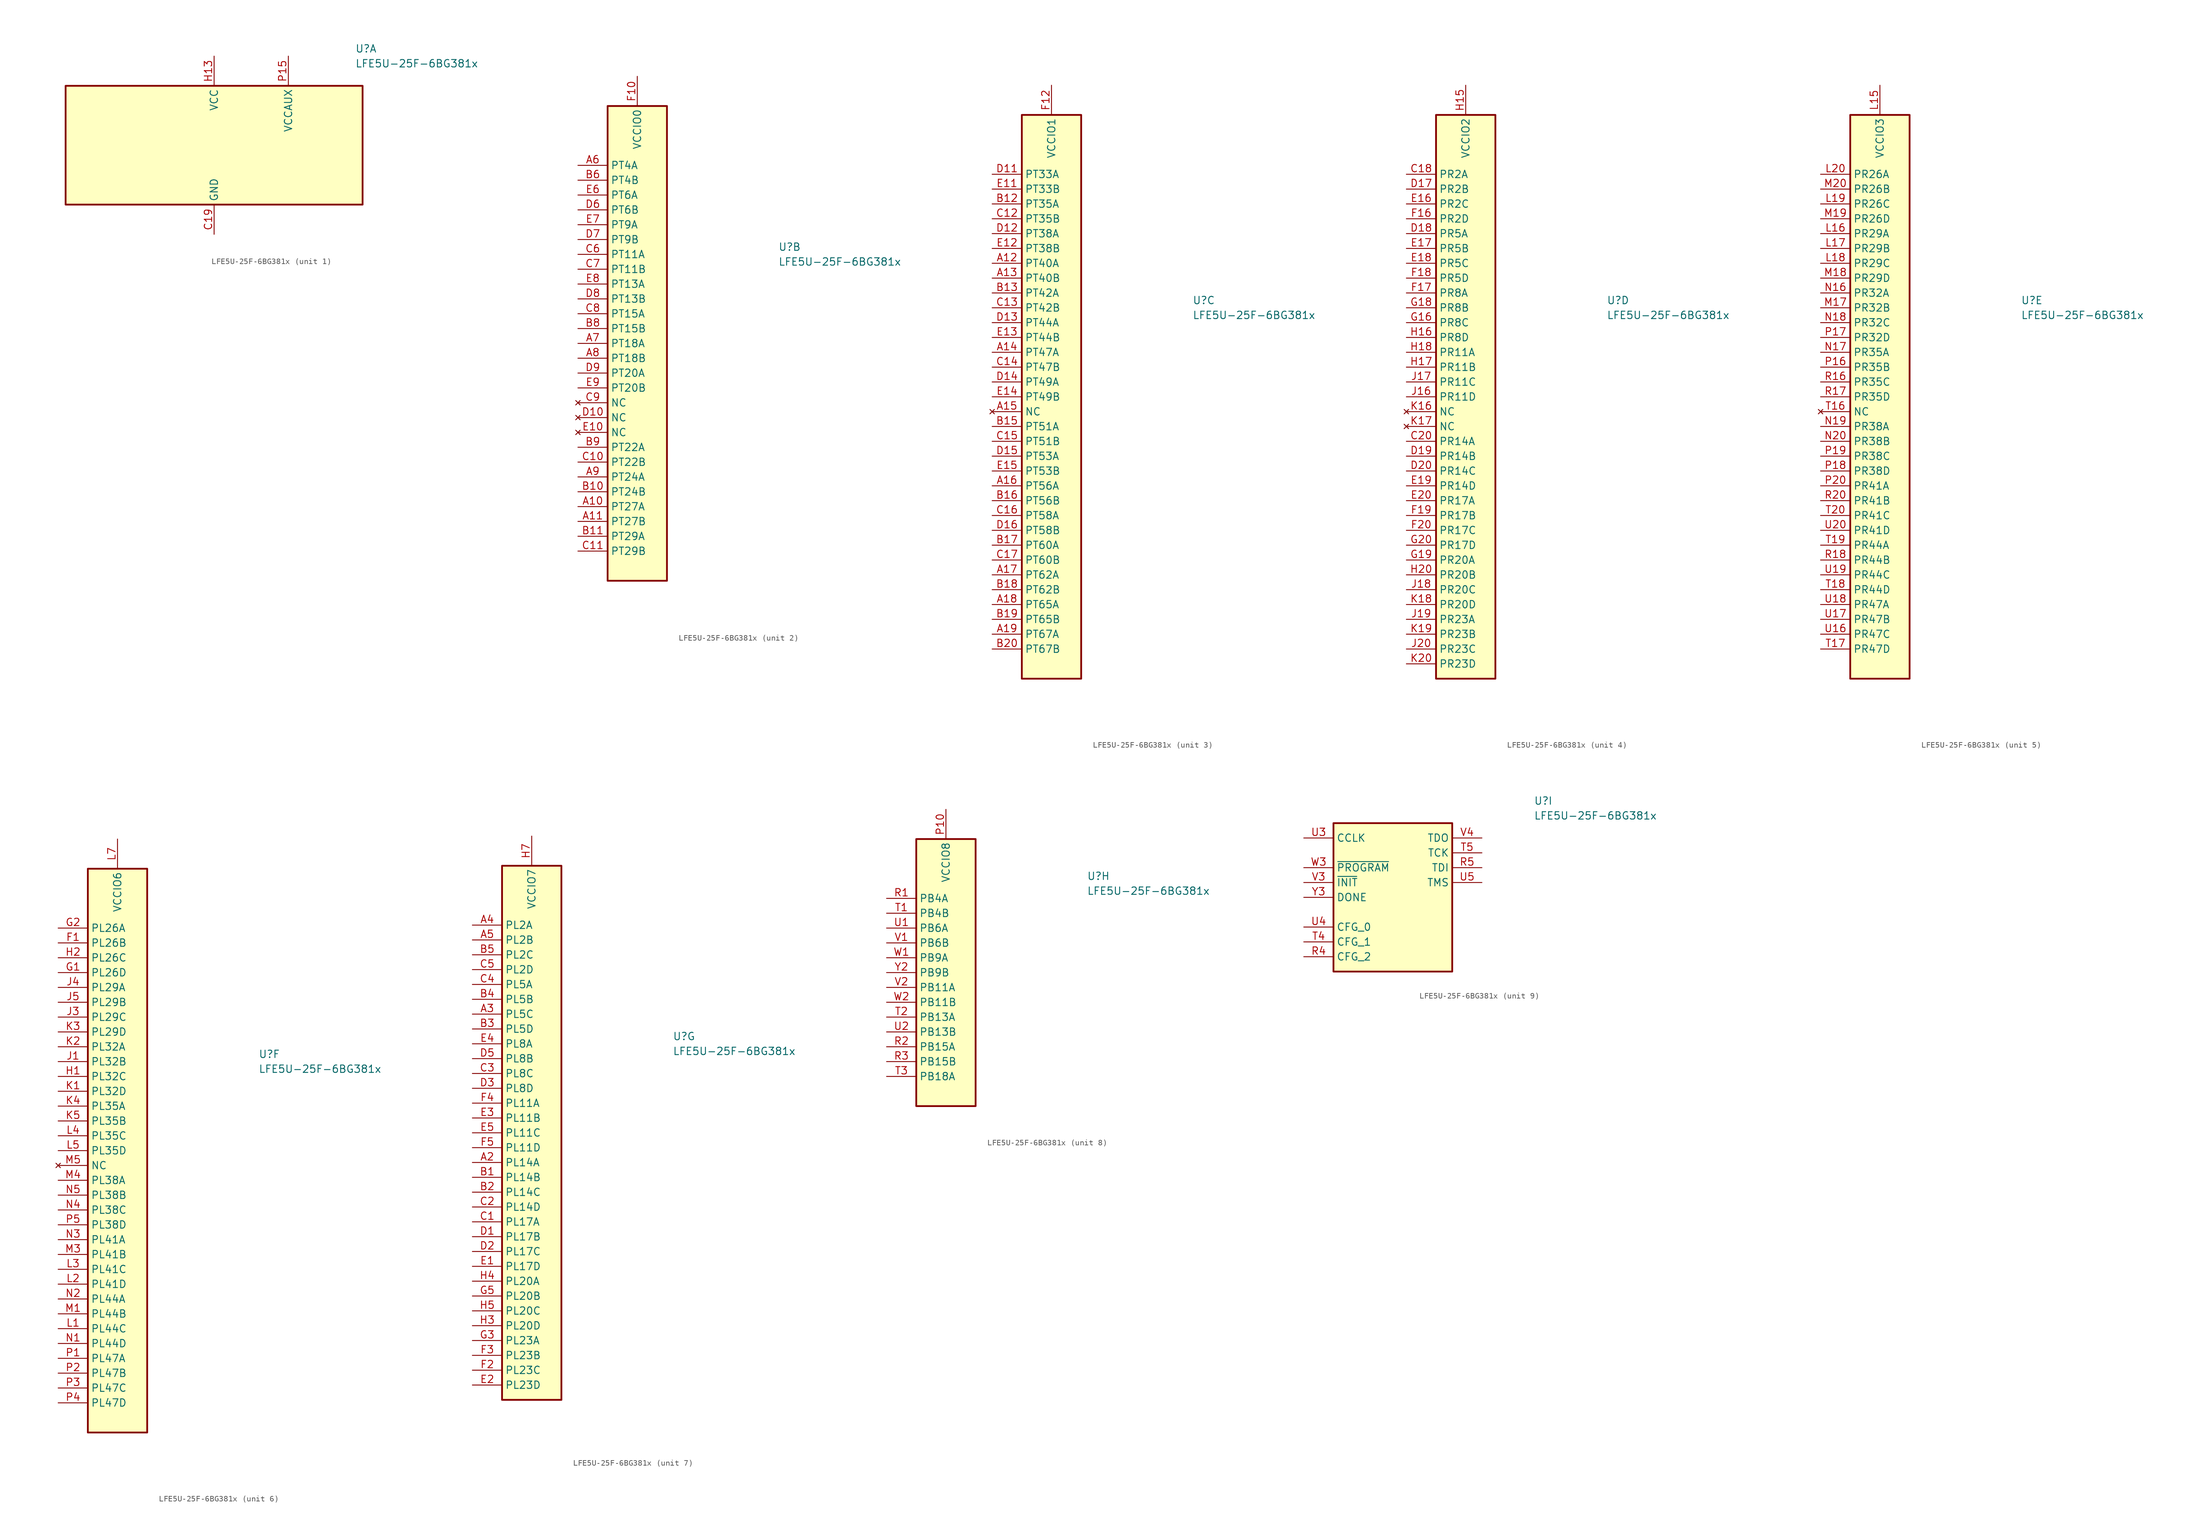
<source format=kicad_sym>
(kicad_symbol_lib
  (version 20220914)
  (generator kicad_symbol_editor)
  (symbol "LFE5U-25F-6BG381x"
    (property "Reference" "U"
      (at 24.13 16.51 0)
      (effects (font (size 1.27 1.27)) (justify left)))
    (property "Value" "LFE5U-25F-6BG381x"
      (at 24.13 13.97 0)
      (effects (font (size 1.27 1.27)) (justify left)))
    (property "ki_locked" ""
      (at 0 0 0)
      (effects (font (size 1.27 1.27))))
    (symbol "LFE5U-25F-6BG381x_1_1"
      (rectangle (start -25.4 10.16) (end 25.4 -10.16) (stroke (width 0.305) (type default)) (fill (type background)))
      (pin passive line (at 0 -15.24 90) (length 5.08) hide (name "GND" (effects (font (size 1.27 1.27)))) (number "B14" (effects (font (size 1.27 1.27)))))
      (pin passive line (at 0 -15.24 90) (length 5.08) hide (name "GND" (effects (font (size 1.27 1.27)))) (number "B7" (effects (font (size 1.27 1.27)))))
      (pin power_in line (at 0 -15.24 90) (length 5.08) (name "GND" (effects (font (size 1.27 1.27)))) (number "C19" (effects (font (size 1.27 1.27)))))
      (pin passive line (at 0 -15.24 90) (length 5.08) hide (name "GND" (effects (font (size 1.27 1.27)))) (number "D4" (effects (font (size 1.27 1.27)))))
      (pin passive line (at 0 -15.24 90) (length 5.08) hide (name "GND" (effects (font (size 1.27 1.27)))) (number "F13" (effects (font (size 1.27 1.27)))))
      (pin passive line (at 0 -15.24 90) (length 5.08) hide (name "GND" (effects (font (size 1.27 1.27)))) (number "F14" (effects (font (size 1.27 1.27)))))
      (pin passive line (at 12.7 15.24 270) (length 5.08) hide (name "VCCAUX" (effects (font (size 1.27 1.27)))) (number "F15" (effects (font (size 1.27 1.27)))))
      (pin passive line (at 12.7 15.24 270) (length 5.08) hide (name "VCCAUX" (effects (font (size 1.27 1.27)))) (number "F6" (effects (font (size 1.27 1.27)))))
      (pin passive line (at 0 -15.24 90) (length 5.08) hide (name "GND" (effects (font (size 1.27 1.27)))) (number "F7" (effects (font (size 1.27 1.27)))))
      (pin passive line (at 0 -15.24 90) (length 5.08) hide (name "GND" (effects (font (size 1.27 1.27)))) (number "F8" (effects (font (size 1.27 1.27)))))
      (pin passive line (at 0 -15.24 90) (length 5.08) hide (name "GND" (effects (font (size 1.27 1.27)))) (number "G10" (effects (font (size 1.27 1.27)))))
      (pin passive line (at 0 -15.24 90) (length 5.08) hide (name "GND" (effects (font (size 1.27 1.27)))) (number "G11" (effects (font (size 1.27 1.27)))))
      (pin passive line (at 0 -15.24 90) (length 5.08) hide (name "GND" (effects (font (size 1.27 1.27)))) (number "G12" (effects (font (size 1.27 1.27)))))
      (pin passive line (at 0 -15.24 90) (length 5.08) hide (name "GND" (effects (font (size 1.27 1.27)))) (number "G13" (effects (font (size 1.27 1.27)))))
      (pin passive line (at 0 -15.24 90) (length 5.08) hide (name "GND" (effects (font (size 1.27 1.27)))) (number "G14" (effects (font (size 1.27 1.27)))))
      (pin passive line (at 0 -15.24 90) (length 5.08) hide (name "GND" (effects (font (size 1.27 1.27)))) (number "G15" (effects (font (size 1.27 1.27)))))
      (pin passive line (at 0 -15.24 90) (length 5.08) hide (name "GND" (effects (font (size 1.27 1.27)))) (number "G17" (effects (font (size 1.27 1.27)))))
      (pin passive line (at 0 -15.24 90) (length 5.08) hide (name "GND" (effects (font (size 1.27 1.27)))) (number "G4" (effects (font (size 1.27 1.27)))))
      (pin passive line (at 0 -15.24 90) (length 5.08) hide (name "GND" (effects (font (size 1.27 1.27)))) (number "G6" (effects (font (size 1.27 1.27)))))
      (pin passive line (at 0 -15.24 90) (length 5.08) hide (name "GND" (effects (font (size 1.27 1.27)))) (number "G7" (effects (font (size 1.27 1.27)))))
      (pin passive line (at 0 -15.24 90) (length 5.08) hide (name "GND" (effects (font (size 1.27 1.27)))) (number "G8" (effects (font (size 1.27 1.27)))))
      (pin passive line (at 0 -15.24 90) (length 5.08) hide (name "GND" (effects (font (size 1.27 1.27)))) (number "G9" (effects (font (size 1.27 1.27)))))
      (pin passive line (at 0 15.24 270) (length 5.08) hide (name "VCC" (effects (font (size 1.27 1.27)))) (number "H10" (effects (font (size 1.27 1.27)))))
      (pin passive line (at 0 15.24 270) (length 5.08) hide (name "VCC" (effects (font (size 1.27 1.27)))) (number "H11" (effects (font (size 1.27 1.27)))))
      (pin passive line (at 0 15.24 270) (length 5.08) hide (name "VCC" (effects (font (size 1.27 1.27)))) (number "H12" (effects (font (size 1.27 1.27)))))
      (pin power_in line (at 0 15.24 270) (length 5.08) (name "VCC" (effects (font (size 1.27 1.27)))) (number "H13" (effects (font (size 1.27 1.27)))))
      (pin passive line (at 0 -15.24 90) (length 5.08) hide (name "GND" (effects (font (size 1.27 1.27)))) (number "H19" (effects (font (size 1.27 1.27)))))
      (pin passive line (at 0 15.24 270) (length 5.08) hide (name "VCC" (effects (font (size 1.27 1.27)))) (number "H8" (effects (font (size 1.27 1.27)))))
      (pin passive line (at 0 15.24 270) (length 5.08) hide (name "VCC" (effects (font (size 1.27 1.27)))) (number "H9" (effects (font (size 1.27 1.27)))))
      (pin passive line (at 0 -15.24 90) (length 5.08) hide (name "GND" (effects (font (size 1.27 1.27)))) (number "J10" (effects (font (size 1.27 1.27)))))
      (pin passive line (at 0 -15.24 90) (length 5.08) hide (name "GND" (effects (font (size 1.27 1.27)))) (number "J11" (effects (font (size 1.27 1.27)))))
      (pin passive line (at 0 -15.24 90) (length 5.08) hide (name "GND" (effects (font (size 1.27 1.27)))) (number "J12" (effects (font (size 1.27 1.27)))))
      (pin passive line (at 0 15.24 270) (length 5.08) hide (name "VCC" (effects (font (size 1.27 1.27)))) (number "J13" (effects (font (size 1.27 1.27)))))
      (pin passive line (at 0 -15.24 90) (length 5.08) hide (name "GND" (effects (font (size 1.27 1.27)))) (number "J14" (effects (font (size 1.27 1.27)))))
      (pin passive line (at 0 -15.24 90) (length 5.08) hide (name "GND" (effects (font (size 1.27 1.27)))) (number "J2" (effects (font (size 1.27 1.27)))))
      (pin passive line (at 0 -15.24 90) (length 5.08) hide (name "GND" (effects (font (size 1.27 1.27)))) (number "J7" (effects (font (size 1.27 1.27)))))
      (pin passive line (at 0 15.24 270) (length 5.08) hide (name "VCC" (effects (font (size 1.27 1.27)))) (number "J8" (effects (font (size 1.27 1.27)))))
      (pin passive line (at 0 -15.24 90) (length 5.08) hide (name "GND" (effects (font (size 1.27 1.27)))) (number "J9" (effects (font (size 1.27 1.27)))))
      (pin passive line (at 0 -15.24 90) (length 5.08) hide (name "GND" (effects (font (size 1.27 1.27)))) (number "K10" (effects (font (size 1.27 1.27)))))
      (pin passive line (at 0 -15.24 90) (length 5.08) hide (name "GND" (effects (font (size 1.27 1.27)))) (number "K11" (effects (font (size 1.27 1.27)))))
      (pin passive line (at 0 -15.24 90) (length 5.08) hide (name "GND" (effects (font (size 1.27 1.27)))) (number "K12" (effects (font (size 1.27 1.27)))))
      (pin passive line (at 0 15.24 270) (length 5.08) hide (name "VCC" (effects (font (size 1.27 1.27)))) (number "K13" (effects (font (size 1.27 1.27)))))
      (pin passive line (at 0 -15.24 90) (length 5.08) hide (name "GND" (effects (font (size 1.27 1.27)))) (number "K14" (effects (font (size 1.27 1.27)))))
      (pin passive line (at 0 -15.24 90) (length 5.08) hide (name "GND" (effects (font (size 1.27 1.27)))) (number "K15" (effects (font (size 1.27 1.27)))))
      (pin passive line (at 0 -15.24 90) (length 5.08) hide (name "GND" (effects (font (size 1.27 1.27)))) (number "K6" (effects (font (size 1.27 1.27)))))
      (pin passive line (at 0 -15.24 90) (length 5.08) hide (name "GND" (effects (font (size 1.27 1.27)))) (number "K7" (effects (font (size 1.27 1.27)))))
      (pin passive line (at 0 15.24 270) (length 5.08) hide (name "VCC" (effects (font (size 1.27 1.27)))) (number "K8" (effects (font (size 1.27 1.27)))))
      (pin passive line (at 0 -15.24 90) (length 5.08) hide (name "GND" (effects (font (size 1.27 1.27)))) (number "K9" (effects (font (size 1.27 1.27)))))
      (pin passive line (at 0 -15.24 90) (length 5.08) hide (name "GND" (effects (font (size 1.27 1.27)))) (number "L10" (effects (font (size 1.27 1.27)))))
      (pin passive line (at 0 -15.24 90) (length 5.08) hide (name "GND" (effects (font (size 1.27 1.27)))) (number "L11" (effects (font (size 1.27 1.27)))))
      (pin passive line (at 0 -15.24 90) (length 5.08) hide (name "GND" (effects (font (size 1.27 1.27)))) (number "L12" (effects (font (size 1.27 1.27)))))
      (pin passive line (at 0 15.24 270) (length 5.08) hide (name "VCC" (effects (font (size 1.27 1.27)))) (number "L13" (effects (font (size 1.27 1.27)))))
      (pin passive line (at 0 15.24 270) (length 5.08) hide (name "VCC" (effects (font (size 1.27 1.27)))) (number "L8" (effects (font (size 1.27 1.27)))))
      (pin passive line (at 0 -15.24 90) (length 5.08) hide (name "GND" (effects (font (size 1.27 1.27)))) (number "L9" (effects (font (size 1.27 1.27)))))
      (pin passive line (at 0 -15.24 90) (length 5.08) hide (name "GND" (effects (font (size 1.27 1.27)))) (number "M10" (effects (font (size 1.27 1.27)))))
      (pin passive line (at 0 -15.24 90) (length 5.08) hide (name "GND" (effects (font (size 1.27 1.27)))) (number "M11" (effects (font (size 1.27 1.27)))))
      (pin passive line (at 0 -15.24 90) (length 5.08) hide (name "GND" (effects (font (size 1.27 1.27)))) (number "M12" (effects (font (size 1.27 1.27)))))
      (pin passive line (at 0 15.24 270) (length 5.08) hide (name "VCC" (effects (font (size 1.27 1.27)))) (number "M13" (effects (font (size 1.27 1.27)))))
      (pin passive line (at 0 -15.24 90) (length 5.08) hide (name "GND" (effects (font (size 1.27 1.27)))) (number "M14" (effects (font (size 1.27 1.27)))))
      (pin passive line (at 0 -15.24 90) (length 5.08) hide (name "GND" (effects (font (size 1.27 1.27)))) (number "M16" (effects (font (size 1.27 1.27)))))
      (pin passive line (at 0 -15.24 90) (length 5.08) hide (name "GND" (effects (font (size 1.27 1.27)))) (number "M2" (effects (font (size 1.27 1.27)))))
      (pin passive line (at 0 -15.24 90) (length 5.08) hide (name "GND" (effects (font (size 1.27 1.27)))) (number "M7" (effects (font (size 1.27 1.27)))))
      (pin passive line (at 0 15.24 270) (length 5.08) hide (name "VCC" (effects (font (size 1.27 1.27)))) (number "M8" (effects (font (size 1.27 1.27)))))
      (pin passive line (at 0 -15.24 90) (length 5.08) hide (name "GND" (effects (font (size 1.27 1.27)))) (number "M9" (effects (font (size 1.27 1.27)))))
      (pin passive line (at 0 15.24 270) (length 5.08) hide (name "VCC" (effects (font (size 1.27 1.27)))) (number "N10" (effects (font (size 1.27 1.27)))))
      (pin passive line (at 0 15.24 270) (length 5.08) hide (name "VCC" (effects (font (size 1.27 1.27)))) (number "N11" (effects (font (size 1.27 1.27)))))
      (pin passive line (at 0 15.24 270) (length 5.08) hide (name "VCC" (effects (font (size 1.27 1.27)))) (number "N12" (effects (font (size 1.27 1.27)))))
      (pin passive line (at 0 15.24 270) (length 5.08) hide (name "VCC" (effects (font (size 1.27 1.27)))) (number "N13" (effects (font (size 1.27 1.27)))))
      (pin passive line (at 0 -15.24 90) (length 5.08) hide (name "GND" (effects (font (size 1.27 1.27)))) (number "N14" (effects (font (size 1.27 1.27)))))
      (pin passive line (at 0 -15.24 90) (length 5.08) hide (name "GND" (effects (font (size 1.27 1.27)))) (number "N15" (effects (font (size 1.27 1.27)))))
      (pin passive line (at 0 -15.24 90) (length 5.08) hide (name "GND" (effects (font (size 1.27 1.27)))) (number "N6" (effects (font (size 1.27 1.27)))))
      (pin passive line (at 0 -15.24 90) (length 5.08) hide (name "GND" (effects (font (size 1.27 1.27)))) (number "N7" (effects (font (size 1.27 1.27)))))
      (pin passive line (at 0 15.24 270) (length 5.08) hide (name "VCC" (effects (font (size 1.27 1.27)))) (number "N8" (effects (font (size 1.27 1.27)))))
      (pin passive line (at 0 15.24 270) (length 5.08) hide (name "VCC" (effects (font (size 1.27 1.27)))) (number "N9" (effects (font (size 1.27 1.27)))))
      (pin passive line (at 0 -15.24 90) (length 5.08) hide (name "GND" (effects (font (size 1.27 1.27)))) (number "P11" (effects (font (size 1.27 1.27)))))
      (pin passive line (at 0 -15.24 90) (length 5.08) hide (name "GND" (effects (font (size 1.27 1.27)))) (number "P12" (effects (font (size 1.27 1.27)))))
      (pin passive line (at 0 -15.24 90) (length 5.08) hide (name "GND" (effects (font (size 1.27 1.27)))) (number "P13" (effects (font (size 1.27 1.27)))))
      (pin passive line (at 0 -15.24 90) (length 5.08) hide (name "GND" (effects (font (size 1.27 1.27)))) (number "P14" (effects (font (size 1.27 1.27)))))
      (pin power_in line (at 12.7 15.24 270) (length 5.08) (name "VCCAUX" (effects (font (size 1.27 1.27)))) (number "P15" (effects (font (size 1.27 1.27)))))
      (pin passive line (at 12.7 15.24 270) (length 5.08) hide (name "VCCAUX" (effects (font (size 1.27 1.27)))) (number "P6" (effects (font (size 1.27 1.27)))))
      (pin passive line (at 0 -15.24 90) (length 5.08) hide (name "GND" (effects (font (size 1.27 1.27)))) (number "P7" (effects (font (size 1.27 1.27)))))
      (pin passive line (at 0 -15.24 90) (length 5.08) hide (name "GND" (effects (font (size 1.27 1.27)))) (number "P8" (effects (font (size 1.27 1.27)))))
      (pin passive line (at 0 -15.24 90) (length 5.08) hide (name "GND" (effects (font (size 1.27 1.27)))) (number "R19" (effects (font (size 1.27 1.27)))))
      (pin passive line (at 0 -15.24 90) (length 5.08) hide (name "GND" (effects (font (size 1.27 1.27)))) (number "T10" (effects (font (size 1.27 1.27)))))
      (pin passive line (at 0 -15.24 90) (length 5.08) hide (name "GND" (effects (font (size 1.27 1.27)))) (number "T11" (effects (font (size 1.27 1.27)))))
      (pin passive line (at 0 -15.24 90) (length 5.08) hide (name "GND" (effects (font (size 1.27 1.27)))) (number "T12" (effects (font (size 1.27 1.27)))))
      (pin passive line (at 0 -15.24 90) (length 5.08) hide (name "GND" (effects (font (size 1.27 1.27)))) (number "T13" (effects (font (size 1.27 1.27)))))
      (pin passive line (at 0 -15.24 90) (length 5.08) hide (name "GND" (effects (font (size 1.27 1.27)))) (number "T14" (effects (font (size 1.27 1.27)))))
      (pin passive line (at 0 -15.24 90) (length 5.08) hide (name "GND" (effects (font (size 1.27 1.27)))) (number "T15" (effects (font (size 1.27 1.27)))))
      (pin passive line (at 0 -15.24 90) (length 5.08) hide (name "GND" (effects (font (size 1.27 1.27)))) (number "T6" (effects (font (size 1.27 1.27)))))
      (pin passive line (at 0 -15.24 90) (length 5.08) hide (name "GND" (effects (font (size 1.27 1.27)))) (number "T7" (effects (font (size 1.27 1.27)))))
      (pin passive line (at 0 -15.24 90) (length 5.08) hide (name "GND" (effects (font (size 1.27 1.27)))) (number "T8" (effects (font (size 1.27 1.27)))))
      (pin passive line (at 0 -15.24 90) (length 5.08) hide (name "GND" (effects (font (size 1.27 1.27)))) (number "T9" (effects (font (size 1.27 1.27)))))
      (pin passive line (at 0 -15.24 90) (length 5.08) hide (name "GND" (effects (font (size 1.27 1.27)))) (number "U10" (effects (font (size 1.27 1.27)))))
      (pin passive line (at 0 -15.24 90) (length 5.08) hide (name "GND" (effects (font (size 1.27 1.27)))) (number "U11" (effects (font (size 1.27 1.27)))))
      (pin passive line (at 0 -15.24 90) (length 5.08) hide (name "GND" (effects (font (size 1.27 1.27)))) (number "U12" (effects (font (size 1.27 1.27)))))
      (pin passive line (at 0 -15.24 90) (length 5.08) hide (name "GND" (effects (font (size 1.27 1.27)))) (number "U13" (effects (font (size 1.27 1.27)))))
      (pin passive line (at 0 -15.24 90) (length 5.08) hide (name "GND" (effects (font (size 1.27 1.27)))) (number "U14" (effects (font (size 1.27 1.27)))))
      (pin passive line (at 0 -15.24 90) (length 5.08) hide (name "GND" (effects (font (size 1.27 1.27)))) (number "U15" (effects (font (size 1.27 1.27)))))
      (pin passive line (at 0 -15.24 90) (length 5.08) hide (name "GND" (effects (font (size 1.27 1.27)))) (number "U6" (effects (font (size 1.27 1.27)))))
      (pin passive line (at 0 -15.24 90) (length 5.08) hide (name "GND" (effects (font (size 1.27 1.27)))) (number "U7" (effects (font (size 1.27 1.27)))))
      (pin passive line (at 0 -15.24 90) (length 5.08) hide (name "GND" (effects (font (size 1.27 1.27)))) (number "U8" (effects (font (size 1.27 1.27)))))
      (pin passive line (at 0 -15.24 90) (length 5.08) hide (name "GND" (effects (font (size 1.27 1.27)))) (number "U9" (effects (font (size 1.27 1.27)))))
      (pin passive line (at 0 -15.24 90) (length 5.08) hide (name "GND" (effects (font (size 1.27 1.27)))) (number "V10" (effects (font (size 1.27 1.27)))))
      (pin passive line (at 0 -15.24 90) (length 5.08) hide (name "GND" (effects (font (size 1.27 1.27)))) (number "V11" (effects (font (size 1.27 1.27)))))
      (pin passive line (at 0 -15.24 90) (length 5.08) hide (name "GND" (effects (font (size 1.27 1.27)))) (number "V12" (effects (font (size 1.27 1.27)))))
      (pin passive line (at 0 -15.24 90) (length 5.08) hide (name "GND" (effects (font (size 1.27 1.27)))) (number "V13" (effects (font (size 1.27 1.27)))))
      (pin passive line (at 0 -15.24 90) (length 5.08) hide (name "GND" (effects (font (size 1.27 1.27)))) (number "V14" (effects (font (size 1.27 1.27)))))
      (pin passive line (at 0 -15.24 90) (length 5.08) hide (name "GND" (effects (font (size 1.27 1.27)))) (number "V15" (effects (font (size 1.27 1.27)))))
      (pin passive line (at 0 -15.24 90) (length 5.08) hide (name "GND" (effects (font (size 1.27 1.27)))) (number "V16" (effects (font (size 1.27 1.27)))))
      (pin passive line (at 0 -15.24 90) (length 5.08) hide (name "GND" (effects (font (size 1.27 1.27)))) (number "V17" (effects (font (size 1.27 1.27)))))
      (pin passive line (at 0 -15.24 90) (length 5.08) hide (name "GND" (effects (font (size 1.27 1.27)))) (number "V18" (effects (font (size 1.27 1.27)))))
      (pin passive line (at 0 -15.24 90) (length 5.08) hide (name "GND" (effects (font (size 1.27 1.27)))) (number "V19" (effects (font (size 1.27 1.27)))))
      (pin passive line (at 0 -15.24 90) (length 5.08) hide (name "GND" (effects (font (size 1.27 1.27)))) (number "V20" (effects (font (size 1.27 1.27)))))
      (pin passive line (at 0 -15.24 90) (length 5.08) hide (name "GND" (effects (font (size 1.27 1.27)))) (number "V5" (effects (font (size 1.27 1.27)))))
      (pin passive line (at 0 -15.24 90) (length 5.08) hide (name "GND" (effects (font (size 1.27 1.27)))) (number "V6" (effects (font (size 1.27 1.27)))))
      (pin passive line (at 0 -15.24 90) (length 5.08) hide (name "GND" (effects (font (size 1.27 1.27)))) (number "V7" (effects (font (size 1.27 1.27)))))
      (pin passive line (at 0 -15.24 90) (length 5.08) hide (name "GND" (effects (font (size 1.27 1.27)))) (number "V8" (effects (font (size 1.27 1.27)))))
      (pin passive line (at 0 -15.24 90) (length 5.08) hide (name "GND" (effects (font (size 1.27 1.27)))) (number "V9" (effects (font (size 1.27 1.27)))))
      (pin passive line (at 0 -15.24 90) (length 5.08) hide (name "GND" (effects (font (size 1.27 1.27)))) (number "W12" (effects (font (size 1.27 1.27)))))
      (pin no_connect line (at 25.4 -5.08 180) (length 5.08) hide (name "RESERVED" (effects (font (size 1.27 1.27)))) (number "W13" (effects (font (size 1.27 1.27)))))
      (pin no_connect line (at 25.4 -2.54 180) (length 5.08) hide (name "RESERVED" (effects (font (size 1.27 1.27)))) (number "W14" (effects (font (size 1.27 1.27)))))
      (pin passive line (at 0 -15.24 90) (length 5.08) hide (name "GND" (effects (font (size 1.27 1.27)))) (number "W15" (effects (font (size 1.27 1.27)))))
      (pin passive line (at 0 -15.24 90) (length 5.08) hide (name "GND" (effects (font (size 1.27 1.27)))) (number "W16" (effects (font (size 1.27 1.27)))))
      (pin no_connect line (at 25.4 0 180) (length 5.08) hide (name "RESERVED" (effects (font (size 1.27 1.27)))) (number "W17" (effects (font (size 1.27 1.27)))))
      (pin no_connect line (at 25.4 2.54 180) (length 5.08) hide (name "RESERVED" (effects (font (size 1.27 1.27)))) (number "W18" (effects (font (size 1.27 1.27)))))
      (pin passive line (at 0 -15.24 90) (length 5.08) hide (name "GND" (effects (font (size 1.27 1.27)))) (number "W19" (effects (font (size 1.27 1.27)))))
      (pin passive line (at 0 -15.24 90) (length 5.08) hide (name "GND" (effects (font (size 1.27 1.27)))) (number "W20" (effects (font (size 1.27 1.27)))))
      (pin no_connect line (at -25.4 2.54 0) (length 5.08) hide (name "RESERVED" (effects (font (size 1.27 1.27)))) (number "W4" (effects (font (size 1.27 1.27)))))
      (pin no_connect line (at -25.4 0 0) (length 5.08) hide (name "RESERVED" (effects (font (size 1.27 1.27)))) (number "W5" (effects (font (size 1.27 1.27)))))
      (pin passive line (at 0 -15.24 90) (length 5.08) hide (name "GND" (effects (font (size 1.27 1.27)))) (number "W6" (effects (font (size 1.27 1.27)))))
      (pin passive line (at 0 -15.24 90) (length 5.08) hide (name "GND" (effects (font (size 1.27 1.27)))) (number "W7" (effects (font (size 1.27 1.27)))))
      (pin no_connect line (at -25.4 -2.54 0) (length 5.08) hide (name "RESERVED" (effects (font (size 1.27 1.27)))) (number "W8" (effects (font (size 1.27 1.27)))))
      (pin no_connect line (at -25.4 -5.08 0) (length 5.08) hide (name "RESERVED" (effects (font (size 1.27 1.27)))) (number "W9" (effects (font (size 1.27 1.27)))))
      (pin passive line (at 0 -15.24 90) (length 5.08) hide (name "GND" (effects (font (size 1.27 1.27)))) (number "Y11" (effects (font (size 1.27 1.27)))))
      (pin passive line (at 0 -15.24 90) (length 5.08) hide (name "GND" (effects (font (size 1.27 1.27)))) (number "Y12" (effects (font (size 1.27 1.27)))))
      (pin passive line (at 0 -15.24 90) (length 5.08) hide (name "GND" (effects (font (size 1.27 1.27)))) (number "Y14" (effects (font (size 1.27 1.27)))))
      (pin passive line (at 0 -15.24 90) (length 5.08) hide (name "GND" (effects (font (size 1.27 1.27)))) (number "Y15" (effects (font (size 1.27 1.27)))))
      (pin passive line (at 0 -15.24 90) (length 5.08) hide (name "GND" (effects (font (size 1.27 1.27)))) (number "Y16" (effects (font (size 1.27 1.27)))))
      (pin passive line (at 0 -15.24 90) (length 5.08) hide (name "GND" (effects (font (size 1.27 1.27)))) (number "Y17" (effects (font (size 1.27 1.27)))))
      (pin passive line (at 0 -15.24 90) (length 5.08) hide (name "GND" (effects (font (size 1.27 1.27)))) (number "Y19" (effects (font (size 1.27 1.27)))))
      (pin passive line (at 0 -15.24 90) (length 5.08) hide (name "GND" (effects (font (size 1.27 1.27)))) (number "Y5" (effects (font (size 1.27 1.27)))))
      (pin passive line (at 0 -15.24 90) (length 5.08) hide (name "GND" (effects (font (size 1.27 1.27)))) (number "Y6" (effects (font (size 1.27 1.27)))))
      (pin passive line (at 0 -15.24 90) (length 5.08) hide (name "GND" (effects (font (size 1.27 1.27)))) (number "Y7" (effects (font (size 1.27 1.27)))))
      (pin passive line (at 0 -15.24 90) (length 5.08) hide (name "GND" (effects (font (size 1.27 1.27)))) (number "Y8" (effects (font (size 1.27 1.27))))))
    (symbol "LFE5U-25F-6BG381x_2_1"
      (rectangle (start -5.08 40.64) (end 5.08 -40.64) (stroke (width 0.305) (type default)) (fill (type background)))
      (pin bidirectional line (at -10.16 -27.94 0) (length 5.08) (name "PT27A" (effects (font (size 1.27 1.27)))) (number "A10" (effects (font (size 1.27 1.27)))))
      (pin bidirectional line (at -10.16 -30.48 0) (length 5.08) (name "PT27B" (effects (font (size 1.27 1.27)))) (number "A11" (effects (font (size 1.27 1.27)))))
      (pin bidirectional line (at -10.16 30.48 0) (length 5.08) (name "PT4A" (effects (font (size 1.27 1.27)))) (number "A6" (effects (font (size 1.27 1.27)))))
      (pin bidirectional line (at -10.16 0 0) (length 5.08) (name "PT18A" (effects (font (size 1.27 1.27)))) (number "A7" (effects (font (size 1.27 1.27)))))
      (pin bidirectional line (at -10.16 -2.54 0) (length 5.08) (name "PT18B" (effects (font (size 1.27 1.27)))) (number "A8" (effects (font (size 1.27 1.27)))))
      (pin bidirectional line (at -10.16 -22.86 0) (length 5.08) (name "PT24A" (effects (font (size 1.27 1.27)))) (number "A9" (effects (font (size 1.27 1.27)))))
      (pin bidirectional line (at -10.16 -25.4 0) (length 5.08) (name "PT24B" (effects (font (size 1.27 1.27)))) (number "B10" (effects (font (size 1.27 1.27)))))
      (pin bidirectional line (at -10.16 -33.02 0) (length 5.08) (name "PT29A" (effects (font (size 1.27 1.27)))) (number "B11" (effects (font (size 1.27 1.27)))))
      (pin bidirectional line (at -10.16 27.94 0) (length 5.08) (name "PT4B" (effects (font (size 1.27 1.27)))) (number "B6" (effects (font (size 1.27 1.27)))))
      (pin bidirectional line (at -10.16 2.54 0) (length 5.08) (name "PT15B" (effects (font (size 1.27 1.27)))) (number "B8" (effects (font (size 1.27 1.27)))))
      (pin bidirectional line (at -10.16 -17.78 0) (length 5.08) (name "PT22A" (effects (font (size 1.27 1.27)))) (number "B9" (effects (font (size 1.27 1.27)))))
      (pin bidirectional line (at -10.16 -20.32 0) (length 5.08) (name "PT22B" (effects (font (size 1.27 1.27)))) (number "C10" (effects (font (size 1.27 1.27)))))
      (pin bidirectional line (at -10.16 -35.56 0) (length 5.08) (name "PT29B" (effects (font (size 1.27 1.27)))) (number "C11" (effects (font (size 1.27 1.27)))))
      (pin bidirectional line (at -10.16 15.24 0) (length 5.08) (name "PT11A" (effects (font (size 1.27 1.27)))) (number "C6" (effects (font (size 1.27 1.27)))))
      (pin bidirectional line (at -10.16 12.7 0) (length 5.08) (name "PT11B" (effects (font (size 1.27 1.27)))) (number "C7" (effects (font (size 1.27 1.27)))))
      (pin bidirectional line (at -10.16 5.08 0) (length 5.08) (name "PT15A" (effects (font (size 1.27 1.27)))) (number "C8" (effects (font (size 1.27 1.27)))))
      (pin no_connect line (at -10.16 -10.16 0) (length 5.08) (name "NC" (effects (font (size 1.27 1.27)))) (number "C9" (effects (font (size 1.27 1.27)))))
      (pin no_connect line (at -10.16 -12.7 0) (length 5.08) (name "NC" (effects (font (size 1.27 1.27)))) (number "D10" (effects (font (size 1.27 1.27)))))
      (pin bidirectional line (at -10.16 22.86 0) (length 5.08) (name "PT6B" (effects (font (size 1.27 1.27)))) (number "D6" (effects (font (size 1.27 1.27)))))
      (pin bidirectional line (at -10.16 17.78 0) (length 5.08) (name "PT9B" (effects (font (size 1.27 1.27)))) (number "D7" (effects (font (size 1.27 1.27)))))
      (pin bidirectional line (at -10.16 7.62 0) (length 5.08) (name "PT13B" (effects (font (size 1.27 1.27)))) (number "D8" (effects (font (size 1.27 1.27)))))
      (pin bidirectional line (at -10.16 -5.08 0) (length 5.08) (name "PT20A" (effects (font (size 1.27 1.27)))) (number "D9" (effects (font (size 1.27 1.27)))))
      (pin no_connect line (at -10.16 -15.24 0) (length 5.08) (name "NC" (effects (font (size 1.27 1.27)))) (number "E10" (effects (font (size 1.27 1.27)))))
      (pin bidirectional line (at -10.16 25.4 0) (length 5.08) (name "PT6A" (effects (font (size 1.27 1.27)))) (number "E6" (effects (font (size 1.27 1.27)))))
      (pin bidirectional line (at -10.16 20.32 0) (length 5.08) (name "PT9A" (effects (font (size 1.27 1.27)))) (number "E7" (effects (font (size 1.27 1.27)))))
      (pin bidirectional line (at -10.16 10.16 0) (length 5.08) (name "PT13A" (effects (font (size 1.27 1.27)))) (number "E8" (effects (font (size 1.27 1.27)))))
      (pin bidirectional line (at -10.16 -7.62 0) (length 5.08) (name "PT20B" (effects (font (size 1.27 1.27)))) (number "E9" (effects (font (size 1.27 1.27)))))
      (pin power_in line (at 0 45.72 270) (length 5.08) (name "VCCIO0" (effects (font (size 1.27 1.27)))) (number "F10" (effects (font (size 1.27 1.27)))))
      (pin passive line (at 0 45.72 270) (length 5.08) hide (name "VCCIO0" (effects (font (size 1.27 1.27)))) (number "F9" (effects (font (size 1.27 1.27))))))
    (symbol "LFE5U-25F-6BG381x_3_1"
      (rectangle (start -5.08 48.26) (end 5.08 -48.26) (stroke (width 0.305) (type default)) (fill (type background)))
      (pin bidirectional line (at -10.16 22.86 0) (length 5.08) (name "PT40A" (effects (font (size 1.27 1.27)))) (number "A12" (effects (font (size 1.27 1.27)))))
      (pin bidirectional line (at -10.16 20.32 0) (length 5.08) (name "PT40B" (effects (font (size 1.27 1.27)))) (number "A13" (effects (font (size 1.27 1.27)))))
      (pin bidirectional line (at -10.16 7.62 0) (length 5.08) (name "PT47A" (effects (font (size 1.27 1.27)))) (number "A14" (effects (font (size 1.27 1.27)))))
      (pin no_connect line (at -10.16 -2.54 0) (length 5.08) (name "NC" (effects (font (size 1.27 1.27)))) (number "A15" (effects (font (size 1.27 1.27)))))
      (pin bidirectional line (at -10.16 -15.24 0) (length 5.08) (name "PT56A" (effects (font (size 1.27 1.27)))) (number "A16" (effects (font (size 1.27 1.27)))))
      (pin bidirectional line (at -10.16 -30.48 0) (length 5.08) (name "PT62A" (effects (font (size 1.27 1.27)))) (number "A17" (effects (font (size 1.27 1.27)))))
      (pin bidirectional line (at -10.16 -35.56 0) (length 5.08) (name "PT65A" (effects (font (size 1.27 1.27)))) (number "A18" (effects (font (size 1.27 1.27)))))
      (pin bidirectional line (at -10.16 -40.64 0) (length 5.08) (name "PT67A" (effects (font (size 1.27 1.27)))) (number "A19" (effects (font (size 1.27 1.27)))))
      (pin bidirectional line (at -10.16 33.02 0) (length 5.08) (name "PT35A" (effects (font (size 1.27 1.27)))) (number "B12" (effects (font (size 1.27 1.27)))))
      (pin bidirectional line (at -10.16 17.78 0) (length 5.08) (name "PT42A" (effects (font (size 1.27 1.27)))) (number "B13" (effects (font (size 1.27 1.27)))))
      (pin bidirectional line (at -10.16 -5.08 0) (length 5.08) (name "PT51A" (effects (font (size 1.27 1.27)))) (number "B15" (effects (font (size 1.27 1.27)))))
      (pin bidirectional line (at -10.16 -17.78 0) (length 5.08) (name "PT56B" (effects (font (size 1.27 1.27)))) (number "B16" (effects (font (size 1.27 1.27)))))
      (pin bidirectional line (at -10.16 -25.4 0) (length 5.08) (name "PT60A" (effects (font (size 1.27 1.27)))) (number "B17" (effects (font (size 1.27 1.27)))))
      (pin bidirectional line (at -10.16 -33.02 0) (length 5.08) (name "PT62B" (effects (font (size 1.27 1.27)))) (number "B18" (effects (font (size 1.27 1.27)))))
      (pin bidirectional line (at -10.16 -38.1 0) (length 5.08) (name "PT65B" (effects (font (size 1.27 1.27)))) (number "B19" (effects (font (size 1.27 1.27)))))
      (pin bidirectional line (at -10.16 -43.18 0) (length 5.08) (name "PT67B" (effects (font (size 1.27 1.27)))) (number "B20" (effects (font (size 1.27 1.27)))))
      (pin bidirectional line (at -10.16 30.48 0) (length 5.08) (name "PT35B" (effects (font (size 1.27 1.27)))) (number "C12" (effects (font (size 1.27 1.27)))))
      (pin bidirectional line (at -10.16 15.24 0) (length 5.08) (name "PT42B" (effects (font (size 1.27 1.27)))) (number "C13" (effects (font (size 1.27 1.27)))))
      (pin bidirectional line (at -10.16 5.08 0) (length 5.08) (name "PT47B" (effects (font (size 1.27 1.27)))) (number "C14" (effects (font (size 1.27 1.27)))))
      (pin bidirectional line (at -10.16 -7.62 0) (length 5.08) (name "PT51B" (effects (font (size 1.27 1.27)))) (number "C15" (effects (font (size 1.27 1.27)))))
      (pin bidirectional line (at -10.16 -20.32 0) (length 5.08) (name "PT58A" (effects (font (size 1.27 1.27)))) (number "C16" (effects (font (size 1.27 1.27)))))
      (pin bidirectional line (at -10.16 -27.94 0) (length 5.08) (name "PT60B" (effects (font (size 1.27 1.27)))) (number "C17" (effects (font (size 1.27 1.27)))))
      (pin bidirectional line (at -10.16 38.1 0) (length 5.08) (name "PT33A" (effects (font (size 1.27 1.27)))) (number "D11" (effects (font (size 1.27 1.27)))))
      (pin bidirectional line (at -10.16 27.94 0) (length 5.08) (name "PT38A" (effects (font (size 1.27 1.27)))) (number "D12" (effects (font (size 1.27 1.27)))))
      (pin bidirectional line (at -10.16 12.7 0) (length 5.08) (name "PT44A" (effects (font (size 1.27 1.27)))) (number "D13" (effects (font (size 1.27 1.27)))))
      (pin bidirectional line (at -10.16 2.54 0) (length 5.08) (name "PT49A" (effects (font (size 1.27 1.27)))) (number "D14" (effects (font (size 1.27 1.27)))))
      (pin bidirectional line (at -10.16 -10.16 0) (length 5.08) (name "PT53A" (effects (font (size 1.27 1.27)))) (number "D15" (effects (font (size 1.27 1.27)))))
      (pin bidirectional line (at -10.16 -22.86 0) (length 5.08) (name "PT58B" (effects (font (size 1.27 1.27)))) (number "D16" (effects (font (size 1.27 1.27)))))
      (pin bidirectional line (at -10.16 35.56 0) (length 5.08) (name "PT33B" (effects (font (size 1.27 1.27)))) (number "E11" (effects (font (size 1.27 1.27)))))
      (pin bidirectional line (at -10.16 25.4 0) (length 5.08) (name "PT38B" (effects (font (size 1.27 1.27)))) (number "E12" (effects (font (size 1.27 1.27)))))
      (pin bidirectional line (at -10.16 10.16 0) (length 5.08) (name "PT44B" (effects (font (size 1.27 1.27)))) (number "E13" (effects (font (size 1.27 1.27)))))
      (pin bidirectional line (at -10.16 0 0) (length 5.08) (name "PT49B" (effects (font (size 1.27 1.27)))) (number "E14" (effects (font (size 1.27 1.27)))))
      (pin bidirectional line (at -10.16 -12.7 0) (length 5.08) (name "PT53B" (effects (font (size 1.27 1.27)))) (number "E15" (effects (font (size 1.27 1.27)))))
      (pin passive line (at 0 53.34 270) (length 5.08) hide (name "VCCIO1" (effects (font (size 1.27 1.27)))) (number "F11" (effects (font (size 1.27 1.27)))))
      (pin power_in line (at 0 53.34 270) (length 5.08) (name "VCCIO1" (effects (font (size 1.27 1.27)))) (number "F12" (effects (font (size 1.27 1.27))))))
    (symbol "LFE5U-25F-6BG381x_4_1"
      (rectangle (start -5.08 48.26) (end 5.08 -48.26) (stroke (width 0.305) (type default)) (fill (type background)))
      (pin bidirectional line (at -10.16 38.1 0) (length 5.08) (name "PR2A" (effects (font (size 1.27 1.27)))) (number "C18" (effects (font (size 1.27 1.27)))))
      (pin bidirectional line (at -10.16 -7.62 0) (length 5.08) (name "PR14A" (effects (font (size 1.27 1.27)))) (number "C20" (effects (font (size 1.27 1.27)))))
      (pin bidirectional line (at -10.16 35.56 0) (length 5.08) (name "PR2B" (effects (font (size 1.27 1.27)))) (number "D17" (effects (font (size 1.27 1.27)))))
      (pin bidirectional line (at -10.16 27.94 0) (length 5.08) (name "PR5A" (effects (font (size 1.27 1.27)))) (number "D18" (effects (font (size 1.27 1.27)))))
      (pin bidirectional line (at -10.16 -10.16 0) (length 5.08) (name "PR14B" (effects (font (size 1.27 1.27)))) (number "D19" (effects (font (size 1.27 1.27)))))
      (pin bidirectional line (at -10.16 -12.7 0) (length 5.08) (name "PR14C" (effects (font (size 1.27 1.27)))) (number "D20" (effects (font (size 1.27 1.27)))))
      (pin bidirectional line (at -10.16 33.02 0) (length 5.08) (name "PR2C" (effects (font (size 1.27 1.27)))) (number "E16" (effects (font (size 1.27 1.27)))))
      (pin bidirectional line (at -10.16 25.4 0) (length 5.08) (name "PR5B" (effects (font (size 1.27 1.27)))) (number "E17" (effects (font (size 1.27 1.27)))))
      (pin bidirectional line (at -10.16 22.86 0) (length 5.08) (name "PR5C" (effects (font (size 1.27 1.27)))) (number "E18" (effects (font (size 1.27 1.27)))))
      (pin bidirectional line (at -10.16 -15.24 0) (length 5.08) (name "PR14D" (effects (font (size 1.27 1.27)))) (number "E19" (effects (font (size 1.27 1.27)))))
      (pin bidirectional line (at -10.16 -17.78 0) (length 5.08) (name "PR17A" (effects (font (size 1.27 1.27)))) (number "E20" (effects (font (size 1.27 1.27)))))
      (pin bidirectional line (at -10.16 30.48 0) (length 5.08) (name "PR2D" (effects (font (size 1.27 1.27)))) (number "F16" (effects (font (size 1.27 1.27)))))
      (pin bidirectional line (at -10.16 17.78 0) (length 5.08) (name "PR8A" (effects (font (size 1.27 1.27)))) (number "F17" (effects (font (size 1.27 1.27)))))
      (pin bidirectional line (at -10.16 20.32 0) (length 5.08) (name "PR5D" (effects (font (size 1.27 1.27)))) (number "F18" (effects (font (size 1.27 1.27)))))
      (pin bidirectional line (at -10.16 -20.32 0) (length 5.08) (name "PR17B" (effects (font (size 1.27 1.27)))) (number "F19" (effects (font (size 1.27 1.27)))))
      (pin bidirectional line (at -10.16 -22.86 0) (length 5.08) (name "PR17C" (effects (font (size 1.27 1.27)))) (number "F20" (effects (font (size 1.27 1.27)))))
      (pin bidirectional line (at -10.16 12.7 0) (length 5.08) (name "PR8C" (effects (font (size 1.27 1.27)))) (number "G16" (effects (font (size 1.27 1.27)))))
      (pin bidirectional line (at -10.16 15.24 0) (length 5.08) (name "PR8B" (effects (font (size 1.27 1.27)))) (number "G18" (effects (font (size 1.27 1.27)))))
      (pin bidirectional line (at -10.16 -27.94 0) (length 5.08) (name "PR20A" (effects (font (size 1.27 1.27)))) (number "G19" (effects (font (size 1.27 1.27)))))
      (pin bidirectional line (at -10.16 -25.4 0) (length 5.08) (name "PR17D" (effects (font (size 1.27 1.27)))) (number "G20" (effects (font (size 1.27 1.27)))))
      (pin passive line (at 0 53.34 270) (length 5.08) hide (name "VCCIO2" (effects (font (size 1.27 1.27)))) (number "H14" (effects (font (size 1.27 1.27)))))
      (pin power_in line (at 0 53.34 270) (length 5.08) (name "VCCIO2" (effects (font (size 1.27 1.27)))) (number "H15" (effects (font (size 1.27 1.27)))))
      (pin bidirectional line (at -10.16 10.16 0) (length 5.08) (name "PR8D" (effects (font (size 1.27 1.27)))) (number "H16" (effects (font (size 1.27 1.27)))))
      (pin bidirectional line (at -10.16 5.08 0) (length 5.08) (name "PR11B" (effects (font (size 1.27 1.27)))) (number "H17" (effects (font (size 1.27 1.27)))))
      (pin bidirectional line (at -10.16 7.62 0) (length 5.08) (name "PR11A" (effects (font (size 1.27 1.27)))) (number "H18" (effects (font (size 1.27 1.27)))))
      (pin bidirectional line (at -10.16 -30.48 0) (length 5.08) (name "PR20B" (effects (font (size 1.27 1.27)))) (number "H20" (effects (font (size 1.27 1.27)))))
      (pin passive line (at 0 53.34 270) (length 5.08) hide (name "VCCIO2" (effects (font (size 1.27 1.27)))) (number "J15" (effects (font (size 1.27 1.27)))))
      (pin bidirectional line (at -10.16 0 0) (length 5.08) (name "PR11D" (effects (font (size 1.27 1.27)))) (number "J16" (effects (font (size 1.27 1.27)))))
      (pin bidirectional line (at -10.16 2.54 0) (length 5.08) (name "PR11C" (effects (font (size 1.27 1.27)))) (number "J17" (effects (font (size 1.27 1.27)))))
      (pin bidirectional line (at -10.16 -33.02 0) (length 5.08) (name "PR20C" (effects (font (size 1.27 1.27)))) (number "J18" (effects (font (size 1.27 1.27)))))
      (pin bidirectional line (at -10.16 -38.1 0) (length 5.08) (name "PR23A" (effects (font (size 1.27 1.27)))) (number "J19" (effects (font (size 1.27 1.27)))))
      (pin bidirectional line (at -10.16 -43.18 0) (length 5.08) (name "PR23C" (effects (font (size 1.27 1.27)))) (number "J20" (effects (font (size 1.27 1.27)))))
      (pin no_connect line (at -10.16 -2.54 0) (length 5.08) (name "NC" (effects (font (size 1.27 1.27)))) (number "K16" (effects (font (size 1.27 1.27)))))
      (pin no_connect line (at -10.16 -5.08 0) (length 5.08) (name "NC" (effects (font (size 1.27 1.27)))) (number "K17" (effects (font (size 1.27 1.27)))))
      (pin bidirectional line (at -10.16 -35.56 0) (length 5.08) (name "PR20D" (effects (font (size 1.27 1.27)))) (number "K18" (effects (font (size 1.27 1.27)))))
      (pin bidirectional line (at -10.16 -40.64 0) (length 5.08) (name "PR23B" (effects (font (size 1.27 1.27)))) (number "K19" (effects (font (size 1.27 1.27)))))
      (pin bidirectional line (at -10.16 -45.72 0) (length 5.08) (name "PR23D" (effects (font (size 1.27 1.27)))) (number "K20" (effects (font (size 1.27 1.27))))))
    (symbol "LFE5U-25F-6BG381x_5_1"
      (rectangle (start -5.08 48.26) (end 5.08 -48.26) (stroke (width 0.305) (type default)) (fill (type background)))
      (pin passive line (at 0 53.34 270) (length 5.08) hide (name "VCCIO3" (effects (font (size 1.27 1.27)))) (number "L14" (effects (font (size 1.27 1.27)))))
      (pin power_in line (at 0 53.34 270) (length 5.08) (name "VCCIO3" (effects (font (size 1.27 1.27)))) (number "L15" (effects (font (size 1.27 1.27)))))
      (pin bidirectional line (at -10.16 27.94 0) (length 5.08) (name "PR29A" (effects (font (size 1.27 1.27)))) (number "L16" (effects (font (size 1.27 1.27)))))
      (pin bidirectional line (at -10.16 25.4 0) (length 5.08) (name "PR29B" (effects (font (size 1.27 1.27)))) (number "L17" (effects (font (size 1.27 1.27)))))
      (pin bidirectional line (at -10.16 22.86 0) (length 5.08) (name "PR29C" (effects (font (size 1.27 1.27)))) (number "L18" (effects (font (size 1.27 1.27)))))
      (pin bidirectional line (at -10.16 33.02 0) (length 5.08) (name "PR26C" (effects (font (size 1.27 1.27)))) (number "L19" (effects (font (size 1.27 1.27)))))
      (pin bidirectional line (at -10.16 38.1 0) (length 5.08) (name "PR26A" (effects (font (size 1.27 1.27)))) (number "L20" (effects (font (size 1.27 1.27)))))
      (pin passive line (at 0 53.34 270) (length 5.08) hide (name "VCCIO3" (effects (font (size 1.27 1.27)))) (number "M15" (effects (font (size 1.27 1.27)))))
      (pin bidirectional line (at -10.16 15.24 0) (length 5.08) (name "PR32B" (effects (font (size 1.27 1.27)))) (number "M17" (effects (font (size 1.27 1.27)))))
      (pin bidirectional line (at -10.16 20.32 0) (length 5.08) (name "PR29D" (effects (font (size 1.27 1.27)))) (number "M18" (effects (font (size 1.27 1.27)))))
      (pin bidirectional line (at -10.16 30.48 0) (length 5.08) (name "PR26D" (effects (font (size 1.27 1.27)))) (number "M19" (effects (font (size 1.27 1.27)))))
      (pin bidirectional line (at -10.16 35.56 0) (length 5.08) (name "PR26B" (effects (font (size 1.27 1.27)))) (number "M20" (effects (font (size 1.27 1.27)))))
      (pin bidirectional line (at -10.16 17.78 0) (length 5.08) (name "PR32A" (effects (font (size 1.27 1.27)))) (number "N16" (effects (font (size 1.27 1.27)))))
      (pin bidirectional line (at -10.16 7.62 0) (length 5.08) (name "PR35A" (effects (font (size 1.27 1.27)))) (number "N17" (effects (font (size 1.27 1.27)))))
      (pin bidirectional line (at -10.16 12.7 0) (length 5.08) (name "PR32C" (effects (font (size 1.27 1.27)))) (number "N18" (effects (font (size 1.27 1.27)))))
      (pin bidirectional line (at -10.16 -5.08 0) (length 5.08) (name "PR38A" (effects (font (size 1.27 1.27)))) (number "N19" (effects (font (size 1.27 1.27)))))
      (pin bidirectional line (at -10.16 -7.62 0) (length 5.08) (name "PR38B" (effects (font (size 1.27 1.27)))) (number "N20" (effects (font (size 1.27 1.27)))))
      (pin bidirectional line (at -10.16 5.08 0) (length 5.08) (name "PR35B" (effects (font (size 1.27 1.27)))) (number "P16" (effects (font (size 1.27 1.27)))))
      (pin bidirectional line (at -10.16 10.16 0) (length 5.08) (name "PR32D" (effects (font (size 1.27 1.27)))) (number "P17" (effects (font (size 1.27 1.27)))))
      (pin bidirectional line (at -10.16 -12.7 0) (length 5.08) (name "PR38D" (effects (font (size 1.27 1.27)))) (number "P18" (effects (font (size 1.27 1.27)))))
      (pin bidirectional line (at -10.16 -10.16 0) (length 5.08) (name "PR38C" (effects (font (size 1.27 1.27)))) (number "P19" (effects (font (size 1.27 1.27)))))
      (pin bidirectional line (at -10.16 -15.24 0) (length 5.08) (name "PR41A" (effects (font (size 1.27 1.27)))) (number "P20" (effects (font (size 1.27 1.27)))))
      (pin bidirectional line (at -10.16 2.54 0) (length 5.08) (name "PR35C" (effects (font (size 1.27 1.27)))) (number "R16" (effects (font (size 1.27 1.27)))))
      (pin bidirectional line (at -10.16 0 0) (length 5.08) (name "PR35D" (effects (font (size 1.27 1.27)))) (number "R17" (effects (font (size 1.27 1.27)))))
      (pin bidirectional line (at -10.16 -27.94 0) (length 5.08) (name "PR44B" (effects (font (size 1.27 1.27)))) (number "R18" (effects (font (size 1.27 1.27)))))
      (pin bidirectional line (at -10.16 -17.78 0) (length 5.08) (name "PR41B" (effects (font (size 1.27 1.27)))) (number "R20" (effects (font (size 1.27 1.27)))))
      (pin no_connect line (at -10.16 -2.54 0) (length 5.08) (name "NC" (effects (font (size 1.27 1.27)))) (number "T16" (effects (font (size 1.27 1.27)))))
      (pin bidirectional line (at -10.16 -43.18 0) (length 5.08) (name "PR47D" (effects (font (size 1.27 1.27)))) (number "T17" (effects (font (size 1.27 1.27)))))
      (pin bidirectional line (at -10.16 -33.02 0) (length 5.08) (name "PR44D" (effects (font (size 1.27 1.27)))) (number "T18" (effects (font (size 1.27 1.27)))))
      (pin bidirectional line (at -10.16 -25.4 0) (length 5.08) (name "PR44A" (effects (font (size 1.27 1.27)))) (number "T19" (effects (font (size 1.27 1.27)))))
      (pin bidirectional line (at -10.16 -20.32 0) (length 5.08) (name "PR41C" (effects (font (size 1.27 1.27)))) (number "T20" (effects (font (size 1.27 1.27)))))
      (pin bidirectional line (at -10.16 -40.64 0) (length 5.08) (name "PR47C" (effects (font (size 1.27 1.27)))) (number "U16" (effects (font (size 1.27 1.27)))))
      (pin bidirectional line (at -10.16 -38.1 0) (length 5.08) (name "PR47B" (effects (font (size 1.27 1.27)))) (number "U17" (effects (font (size 1.27 1.27)))))
      (pin bidirectional line (at -10.16 -35.56 0) (length 5.08) (name "PR47A" (effects (font (size 1.27 1.27)))) (number "U18" (effects (font (size 1.27 1.27)))))
      (pin bidirectional line (at -10.16 -30.48 0) (length 5.08) (name "PR44C" (effects (font (size 1.27 1.27)))) (number "U19" (effects (font (size 1.27 1.27)))))
      (pin bidirectional line (at -10.16 -22.86 0) (length 5.08) (name "PR41D" (effects (font (size 1.27 1.27)))) (number "U20" (effects (font (size 1.27 1.27))))))
    (symbol "LFE5U-25F-6BG381x_6_1"
      (rectangle (start -5.08 48.26) (end 5.08 -48.26) (stroke (width 0.305) (type default)) (fill (type background)))
      (pin bidirectional line (at -10.16 35.56 0) (length 5.08) (name "PL26B" (effects (font (size 1.27 1.27)))) (number "F1" (effects (font (size 1.27 1.27)))))
      (pin bidirectional line (at -10.16 30.48 0) (length 5.08) (name "PL26D" (effects (font (size 1.27 1.27)))) (number "G1" (effects (font (size 1.27 1.27)))))
      (pin bidirectional line (at -10.16 38.1 0) (length 5.08) (name "PL26A" (effects (font (size 1.27 1.27)))) (number "G2" (effects (font (size 1.27 1.27)))))
      (pin bidirectional line (at -10.16 12.7 0) (length 5.08) (name "PL32C" (effects (font (size 1.27 1.27)))) (number "H1" (effects (font (size 1.27 1.27)))))
      (pin bidirectional line (at -10.16 33.02 0) (length 5.08) (name "PL26C" (effects (font (size 1.27 1.27)))) (number "H2" (effects (font (size 1.27 1.27)))))
      (pin bidirectional line (at -10.16 15.24 0) (length 5.08) (name "PL32B" (effects (font (size 1.27 1.27)))) (number "J1" (effects (font (size 1.27 1.27)))))
      (pin bidirectional line (at -10.16 22.86 0) (length 5.08) (name "PL29C" (effects (font (size 1.27 1.27)))) (number "J3" (effects (font (size 1.27 1.27)))))
      (pin bidirectional line (at -10.16 27.94 0) (length 5.08) (name "PL29A" (effects (font (size 1.27 1.27)))) (number "J4" (effects (font (size 1.27 1.27)))))
      (pin bidirectional line (at -10.16 25.4 0) (length 5.08) (name "PL29B" (effects (font (size 1.27 1.27)))) (number "J5" (effects (font (size 1.27 1.27)))))
      (pin bidirectional line (at -10.16 10.16 0) (length 5.08) (name "PL32D" (effects (font (size 1.27 1.27)))) (number "K1" (effects (font (size 1.27 1.27)))))
      (pin bidirectional line (at -10.16 17.78 0) (length 5.08) (name "PL32A" (effects (font (size 1.27 1.27)))) (number "K2" (effects (font (size 1.27 1.27)))))
      (pin bidirectional line (at -10.16 20.32 0) (length 5.08) (name "PL29D" (effects (font (size 1.27 1.27)))) (number "K3" (effects (font (size 1.27 1.27)))))
      (pin bidirectional line (at -10.16 7.62 0) (length 5.08) (name "PL35A" (effects (font (size 1.27 1.27)))) (number "K4" (effects (font (size 1.27 1.27)))))
      (pin bidirectional line (at -10.16 5.08 0) (length 5.08) (name "PL35B" (effects (font (size 1.27 1.27)))) (number "K5" (effects (font (size 1.27 1.27)))))
      (pin bidirectional line (at -10.16 -30.48 0) (length 5.08) (name "PL44C" (effects (font (size 1.27 1.27)))) (number "L1" (effects (font (size 1.27 1.27)))))
      (pin bidirectional line (at -10.16 -22.86 0) (length 5.08) (name "PL41D" (effects (font (size 1.27 1.27)))) (number "L2" (effects (font (size 1.27 1.27)))))
      (pin bidirectional line (at -10.16 -20.32 0) (length 5.08) (name "PL41C" (effects (font (size 1.27 1.27)))) (number "L3" (effects (font (size 1.27 1.27)))))
      (pin bidirectional line (at -10.16 2.54 0) (length 5.08) (name "PL35C" (effects (font (size 1.27 1.27)))) (number "L4" (effects (font (size 1.27 1.27)))))
      (pin bidirectional line (at -10.16 0 0) (length 5.08) (name "PL35D" (effects (font (size 1.27 1.27)))) (number "L5" (effects (font (size 1.27 1.27)))))
      (pin passive line (at 0 53.34 270) (length 5.08) hide (name "VCCIO6" (effects (font (size 1.27 1.27)))) (number "L6" (effects (font (size 1.27 1.27)))))
      (pin power_in line (at 0 53.34 270) (length 5.08) (name "VCCIO6" (effects (font (size 1.27 1.27)))) (number "L7" (effects (font (size 1.27 1.27)))))
      (pin bidirectional line (at -10.16 -27.94 0) (length 5.08) (name "PL44B" (effects (font (size 1.27 1.27)))) (number "M1" (effects (font (size 1.27 1.27)))))
      (pin bidirectional line (at -10.16 -17.78 0) (length 5.08) (name "PL41B" (effects (font (size 1.27 1.27)))) (number "M3" (effects (font (size 1.27 1.27)))))
      (pin bidirectional line (at -10.16 -5.08 0) (length 5.08) (name "PL38A" (effects (font (size 1.27 1.27)))) (number "M4" (effects (font (size 1.27 1.27)))))
      (pin no_connect line (at -10.16 -2.54 0) (length 5.08) (name "NC" (effects (font (size 1.27 1.27)))) (number "M5" (effects (font (size 1.27 1.27)))))
      (pin passive line (at 0 53.34 270) (length 5.08) hide (name "VCCIO6" (effects (font (size 1.27 1.27)))) (number "M6" (effects (font (size 1.27 1.27)))))
      (pin bidirectional line (at -10.16 -33.02 0) (length 5.08) (name "PL44D" (effects (font (size 1.27 1.27)))) (number "N1" (effects (font (size 1.27 1.27)))))
      (pin bidirectional line (at -10.16 -25.4 0) (length 5.08) (name "PL44A" (effects (font (size 1.27 1.27)))) (number "N2" (effects (font (size 1.27 1.27)))))
      (pin bidirectional line (at -10.16 -15.24 0) (length 5.08) (name "PL41A" (effects (font (size 1.27 1.27)))) (number "N3" (effects (font (size 1.27 1.27)))))
      (pin bidirectional line (at -10.16 -10.16 0) (length 5.08) (name "PL38C" (effects (font (size 1.27 1.27)))) (number "N4" (effects (font (size 1.27 1.27)))))
      (pin bidirectional line (at -10.16 -7.62 0) (length 5.08) (name "PL38B" (effects (font (size 1.27 1.27)))) (number "N5" (effects (font (size 1.27 1.27)))))
      (pin bidirectional line (at -10.16 -35.56 0) (length 5.08) (name "PL47A" (effects (font (size 1.27 1.27)))) (number "P1" (effects (font (size 1.27 1.27)))))
      (pin bidirectional line (at -10.16 -38.1 0) (length 5.08) (name "PL47B" (effects (font (size 1.27 1.27)))) (number "P2" (effects (font (size 1.27 1.27)))))
      (pin bidirectional line (at -10.16 -40.64 0) (length 5.08) (name "PL47C" (effects (font (size 1.27 1.27)))) (number "P3" (effects (font (size 1.27 1.27)))))
      (pin bidirectional line (at -10.16 -43.18 0) (length 5.08) (name "PL47D" (effects (font (size 1.27 1.27)))) (number "P4" (effects (font (size 1.27 1.27)))))
      (pin bidirectional line (at -10.16 -12.7 0) (length 5.08) (name "PL38D" (effects (font (size 1.27 1.27)))) (number "P5" (effects (font (size 1.27 1.27))))))
    (symbol "LFE5U-25F-6BG381x_7_1"
      (rectangle (start -5.08 45.72) (end 5.08 -45.72) (stroke (width 0.305) (type default)) (fill (type background)))
      (pin bidirectional line (at -10.16 -5.08 0) (length 5.08) (name "PL14A" (effects (font (size 1.27 1.27)))) (number "A2" (effects (font (size 1.27 1.27)))))
      (pin bidirectional line (at -10.16 20.32 0) (length 5.08) (name "PL5C" (effects (font (size 1.27 1.27)))) (number "A3" (effects (font (size 1.27 1.27)))))
      (pin bidirectional line (at -10.16 35.56 0) (length 5.08) (name "PL2A" (effects (font (size 1.27 1.27)))) (number "A4" (effects (font (size 1.27 1.27)))))
      (pin bidirectional line (at -10.16 33.02 0) (length 5.08) (name "PL2B" (effects (font (size 1.27 1.27)))) (number "A5" (effects (font (size 1.27 1.27)))))
      (pin bidirectional line (at -10.16 -7.62 0) (length 5.08) (name "PL14B" (effects (font (size 1.27 1.27)))) (number "B1" (effects (font (size 1.27 1.27)))))
      (pin bidirectional line (at -10.16 -10.16 0) (length 5.08) (name "PL14C" (effects (font (size 1.27 1.27)))) (number "B2" (effects (font (size 1.27 1.27)))))
      (pin bidirectional line (at -10.16 17.78 0) (length 5.08) (name "PL5D" (effects (font (size 1.27 1.27)))) (number "B3" (effects (font (size 1.27 1.27)))))
      (pin bidirectional line (at -10.16 22.86 0) (length 5.08) (name "PL5B" (effects (font (size 1.27 1.27)))) (number "B4" (effects (font (size 1.27 1.27)))))
      (pin bidirectional line (at -10.16 30.48 0) (length 5.08) (name "PL2C" (effects (font (size 1.27 1.27)))) (number "B5" (effects (font (size 1.27 1.27)))))
      (pin bidirectional line (at -10.16 -15.24 0) (length 5.08) (name "PL17A" (effects (font (size 1.27 1.27)))) (number "C1" (effects (font (size 1.27 1.27)))))
      (pin bidirectional line (at -10.16 -12.7 0) (length 5.08) (name "PL14D" (effects (font (size 1.27 1.27)))) (number "C2" (effects (font (size 1.27 1.27)))))
      (pin bidirectional line (at -10.16 10.16 0) (length 5.08) (name "PL8C" (effects (font (size 1.27 1.27)))) (number "C3" (effects (font (size 1.27 1.27)))))
      (pin bidirectional line (at -10.16 25.4 0) (length 5.08) (name "PL5A" (effects (font (size 1.27 1.27)))) (number "C4" (effects (font (size 1.27 1.27)))))
      (pin bidirectional line (at -10.16 27.94 0) (length 5.08) (name "PL2D" (effects (font (size 1.27 1.27)))) (number "C5" (effects (font (size 1.27 1.27)))))
      (pin bidirectional line (at -10.16 -17.78 0) (length 5.08) (name "PL17B" (effects (font (size 1.27 1.27)))) (number "D1" (effects (font (size 1.27 1.27)))))
      (pin bidirectional line (at -10.16 -20.32 0) (length 5.08) (name "PL17C" (effects (font (size 1.27 1.27)))) (number "D2" (effects (font (size 1.27 1.27)))))
      (pin bidirectional line (at -10.16 7.62 0) (length 5.08) (name "PL8D" (effects (font (size 1.27 1.27)))) (number "D3" (effects (font (size 1.27 1.27)))))
      (pin bidirectional line (at -10.16 12.7 0) (length 5.08) (name "PL8B" (effects (font (size 1.27 1.27)))) (number "D5" (effects (font (size 1.27 1.27)))))
      (pin bidirectional line (at -10.16 -22.86 0) (length 5.08) (name "PL17D" (effects (font (size 1.27 1.27)))) (number "E1" (effects (font (size 1.27 1.27)))))
      (pin bidirectional line (at -10.16 -43.18 0) (length 5.08) (name "PL23D" (effects (font (size 1.27 1.27)))) (number "E2" (effects (font (size 1.27 1.27)))))
      (pin bidirectional line (at -10.16 2.54 0) (length 5.08) (name "PL11B" (effects (font (size 1.27 1.27)))) (number "E3" (effects (font (size 1.27 1.27)))))
      (pin bidirectional line (at -10.16 15.24 0) (length 5.08) (name "PL8A" (effects (font (size 1.27 1.27)))) (number "E4" (effects (font (size 1.27 1.27)))))
      (pin bidirectional line (at -10.16 0 0) (length 5.08) (name "PL11C" (effects (font (size 1.27 1.27)))) (number "E5" (effects (font (size 1.27 1.27)))))
      (pin bidirectional line (at -10.16 -40.64 0) (length 5.08) (name "PL23C" (effects (font (size 1.27 1.27)))) (number "F2" (effects (font (size 1.27 1.27)))))
      (pin bidirectional line (at -10.16 -38.1 0) (length 5.08) (name "PL23B" (effects (font (size 1.27 1.27)))) (number "F3" (effects (font (size 1.27 1.27)))))
      (pin bidirectional line (at -10.16 5.08 0) (length 5.08) (name "PL11A" (effects (font (size 1.27 1.27)))) (number "F4" (effects (font (size 1.27 1.27)))))
      (pin bidirectional line (at -10.16 -2.54 0) (length 5.08) (name "PL11D" (effects (font (size 1.27 1.27)))) (number "F5" (effects (font (size 1.27 1.27)))))
      (pin bidirectional line (at -10.16 -35.56 0) (length 5.08) (name "PL23A" (effects (font (size 1.27 1.27)))) (number "G3" (effects (font (size 1.27 1.27)))))
      (pin bidirectional line (at -10.16 -27.94 0) (length 5.08) (name "PL20B" (effects (font (size 1.27 1.27)))) (number "G5" (effects (font (size 1.27 1.27)))))
      (pin bidirectional line (at -10.16 -33.02 0) (length 5.08) (name "PL20D" (effects (font (size 1.27 1.27)))) (number "H3" (effects (font (size 1.27 1.27)))))
      (pin bidirectional line (at -10.16 -25.4 0) (length 5.08) (name "PL20A" (effects (font (size 1.27 1.27)))) (number "H4" (effects (font (size 1.27 1.27)))))
      (pin bidirectional line (at -10.16 -30.48 0) (length 5.08) (name "PL20C" (effects (font (size 1.27 1.27)))) (number "H5" (effects (font (size 1.27 1.27)))))
      (pin passive line (at 0 50.8 270) (length 5.08) hide (name "VCCIO7" (effects (font (size 1.27 1.27)))) (number "H6" (effects (font (size 1.27 1.27)))))
      (pin power_in line (at 0 50.8 270) (length 5.08) (name "VCCIO7" (effects (font (size 1.27 1.27)))) (number "H7" (effects (font (size 1.27 1.27)))))
      (pin passive line (at 0 50.8 270) (length 5.08) hide (name "VCCIO7" (effects (font (size 1.27 1.27)))) (number "J6" (effects (font (size 1.27 1.27))))))
    (symbol "LFE5U-25F-6BG381x_8_1"
      (rectangle (start -5.08 22.86) (end 5.08 -22.86) (stroke (width 0.305) (type default)) (fill (type background)))
      (pin power_in line (at 0 27.94 270) (length 5.08) (name "VCCIO8" (effects (font (size 1.27 1.27)))) (number "P10" (effects (font (size 1.27 1.27)))))
      (pin passive line (at 0 27.94 270) (length 5.08) hide (name "VCCIO8" (effects (font (size 1.27 1.27)))) (number "P9" (effects (font (size 1.27 1.27)))))
      (pin bidirectional line (at -10.16 12.7 0) (length 5.08) (name "PB4A" (effects (font (size 1.27 1.27)))) (number "R1" (effects (font (size 1.27 1.27)))))
      (pin bidirectional line (at -10.16 -12.7 0) (length 5.08) (name "PB15A" (effects (font (size 1.27 1.27)))) (number "R2" (effects (font (size 1.27 1.27)))))
      (pin bidirectional line (at -10.16 -15.24 0) (length 5.08) (name "PB15B" (effects (font (size 1.27 1.27)))) (number "R3" (effects (font (size 1.27 1.27)))))
      (pin bidirectional line (at -10.16 10.16 0) (length 5.08) (name "PB4B" (effects (font (size 1.27 1.27)))) (number "T1" (effects (font (size 1.27 1.27)))))
      (pin bidirectional line (at -10.16 -7.62 0) (length 5.08) (name "PB13A" (effects (font (size 1.27 1.27)))) (number "T2" (effects (font (size 1.27 1.27)))))
      (pin bidirectional line (at -10.16 -17.78 0) (length 5.08) (name "PB18A" (effects (font (size 1.27 1.27)))) (number "T3" (effects (font (size 1.27 1.27)))))
      (pin bidirectional line (at -10.16 7.62 0) (length 5.08) (name "PB6A" (effects (font (size 1.27 1.27)))) (number "U1" (effects (font (size 1.27 1.27)))))
      (pin bidirectional line (at -10.16 -10.16 0) (length 5.08) (name "PB13B" (effects (font (size 1.27 1.27)))) (number "U2" (effects (font (size 1.27 1.27)))))
      (pin bidirectional line (at -10.16 5.08 0) (length 5.08) (name "PB6B" (effects (font (size 1.27 1.27)))) (number "V1" (effects (font (size 1.27 1.27)))))
      (pin bidirectional line (at -10.16 -2.54 0) (length 5.08) (name "PB11A" (effects (font (size 1.27 1.27)))) (number "V2" (effects (font (size 1.27 1.27)))))
      (pin bidirectional line (at -10.16 2.54 0) (length 5.08) (name "PB9A" (effects (font (size 1.27 1.27)))) (number "W1" (effects (font (size 1.27 1.27)))))
      (pin bidirectional line (at -10.16 -5.08 0) (length 5.08) (name "PB11B" (effects (font (size 1.27 1.27)))) (number "W2" (effects (font (size 1.27 1.27)))))
      (pin bidirectional line (at -10.16 0 0) (length 5.08) (name "PB9B" (effects (font (size 1.27 1.27)))) (number "Y2" (effects (font (size 1.27 1.27))))))
    (symbol "LFE5U-25F-6BG381x_9_1"
      (rectangle (start -10.16 12.7) (end 10.16 -12.7) (stroke (width 0.305) (type default)) (fill (type background)))
      (pin input line (at -15.24 -10.16 0) (length 5.08) (name "CFG_2" (effects (font (size 1.27 1.27)))) (number "R4" (effects (font (size 1.27 1.27)))))
      (pin input line (at 15.24 5.08 180) (length 5.08) (name "TDI" (effects (font (size 1.27 1.27)))) (number "R5" (effects (font (size 1.27 1.27)))))
      (pin input line (at -15.24 -7.62 0) (length 5.08) (name "CFG_1" (effects (font (size 1.27 1.27)))) (number "T4" (effects (font (size 1.27 1.27)))))
      (pin input line (at 15.24 7.62 180) (length 5.08) (name "TCK" (effects (font (size 1.27 1.27)))) (number "T5" (effects (font (size 1.27 1.27)))))
      (pin bidirectional line (at -15.24 10.16 0) (length 5.08) (name "CCLK" (effects (font (size 1.27 1.27)))) (number "U3" (effects (font (size 1.27 1.27)))))
      (pin input line (at -15.24 -5.08 0) (length 5.08) (name "CFG_0" (effects (font (size 1.27 1.27)))) (number "U4" (effects (font (size 1.27 1.27)))))
      (pin input line (at 15.24 2.54 180) (length 5.08) (name "TMS" (effects (font (size 1.27 1.27)))) (number "U5" (effects (font (size 1.27 1.27)))))
      (pin open_collector line (at -15.24 2.54 0) (length 5.08) (name "~{INIT}" (effects (font (size 1.27 1.27)))) (number "V3" (effects (font (size 1.27 1.27)))))
      (pin output line (at 15.24 10.16 180) (length 5.08) (name "TDO" (effects (font (size 1.27 1.27)))) (number "V4" (effects (font (size 1.27 1.27)))))
      (pin no_connect line (at 10.16 -2.54 180) (length 5.08) hide (name "RESERVED" (effects (font (size 1.27 1.27)))) (number "W10" (effects (font (size 1.27 1.27)))))
      (pin no_connect line (at 10.16 -5.08 180) (length 5.08) hide (name "RESERVED" (effects (font (size 1.27 1.27)))) (number "W11" (effects (font (size 1.27 1.27)))))
      (pin input line (at -15.24 5.08 0) (length 5.08) (name "~{PROGRAM}" (effects (font (size 1.27 1.27)))) (number "W3" (effects (font (size 1.27 1.27)))))
      (pin open_collector line (at -15.24 0 0) (length 5.08) (name "DONE" (effects (font (size 1.27 1.27)))) (number "Y3" (effects (font (size 1.27 1.27))))))))
</source>
